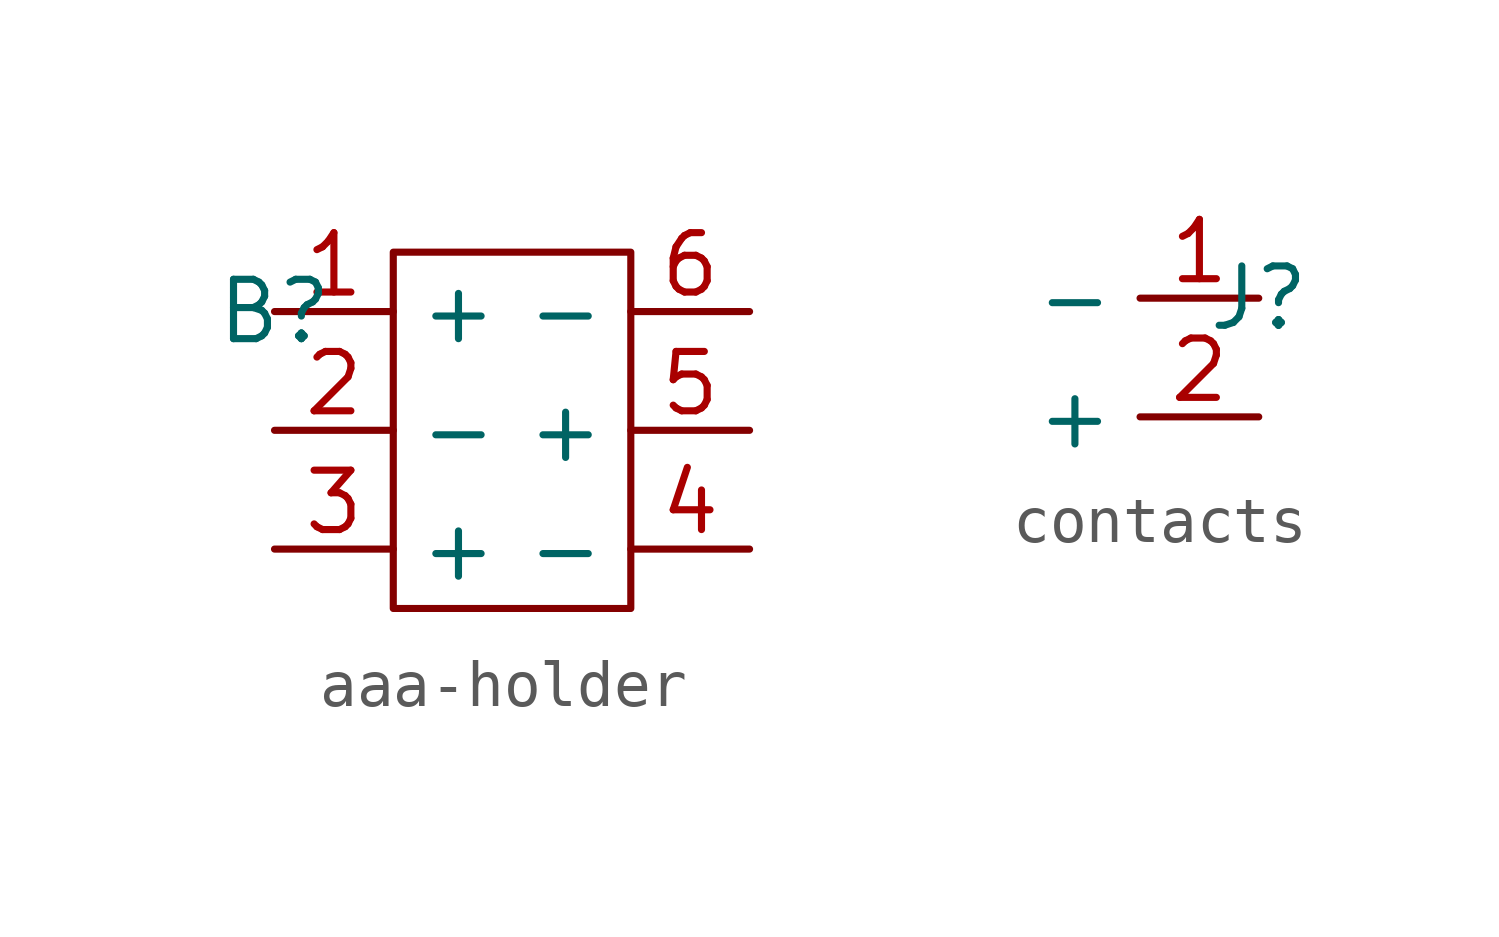
<source format=kicad_sym>
(kicad_symbol_lib
  (version 20231120)
  (generator "kicad_symbol_editor")
  (generator_version "8.0")
  (symbol "aaa-holder"
    (property "Reference" "B"
      (at 0 0 0)
      (effects (font (size 1.27 1.27))))
    (property "Value" ""
      (at 0 0 0)
      (effects (font (size 1.27 1.27))))
    (symbol "aaa-holder_0_1"
      (rectangle (start 2.54 1.27) (end 7.62 -6.35) (stroke (width 0) (type default)) (fill (type none))))
    (symbol "aaa-holder_1_1"
      (pin input line (at 0 0 0) (length 2.54) (name "+" (effects (font (size 1.27 1.27)))) (number "1" (effects (font (size 1.27 1.27)))))
      (pin input line (at 0 -2.54 0) (length 2.54) (name "-" (effects (font (size 1.27 1.27)))) (number "2" (effects (font (size 1.27 1.27)))))
      (pin input line (at 0 -5.08 0) (length 2.54) (name "+" (effects (font (size 1.27 1.27)))) (number "3" (effects (font (size 1.27 1.27)))))
      (pin input line (at 10.16 -5.08 180) (length 2.54) (name "-" (effects (font (size 1.27 1.27)))) (number "4" (effects (font (size 1.27 1.27)))))
      (pin input line (at 10.16 -2.54 180) (length 2.54) (name "+" (effects (font (size 1.27 1.27)))) (number "5" (effects (font (size 1.27 1.27)))))
      (pin input line (at 10.16 0 180) (length 2.54) (name "-" (effects (font (size 1.27 1.27)))) (number "6" (effects (font (size 1.27 1.27)))))))
  (symbol "contacts"
    (property "Reference" "J"
      (at 0 0 0)
      (effects (font (size 1.27 1.27))))
    (property "Value" ""
      (at 0 0 0)
      (effects (font (size 1.27 1.27))))
    (symbol "contacts_1_1"
      (pin input line (at 0 0 180) (length 2.54) (name "-" (effects (font (size 1.27 1.27)))) (number "1" (effects (font (size 1.27 1.27)))))
      (pin input line (at 0 -2.54 180) (length 2.54) (name "+" (effects (font (size 1.27 1.27)))) (number "2" (effects (font (size 1.27 1.27))))))))
</source>
